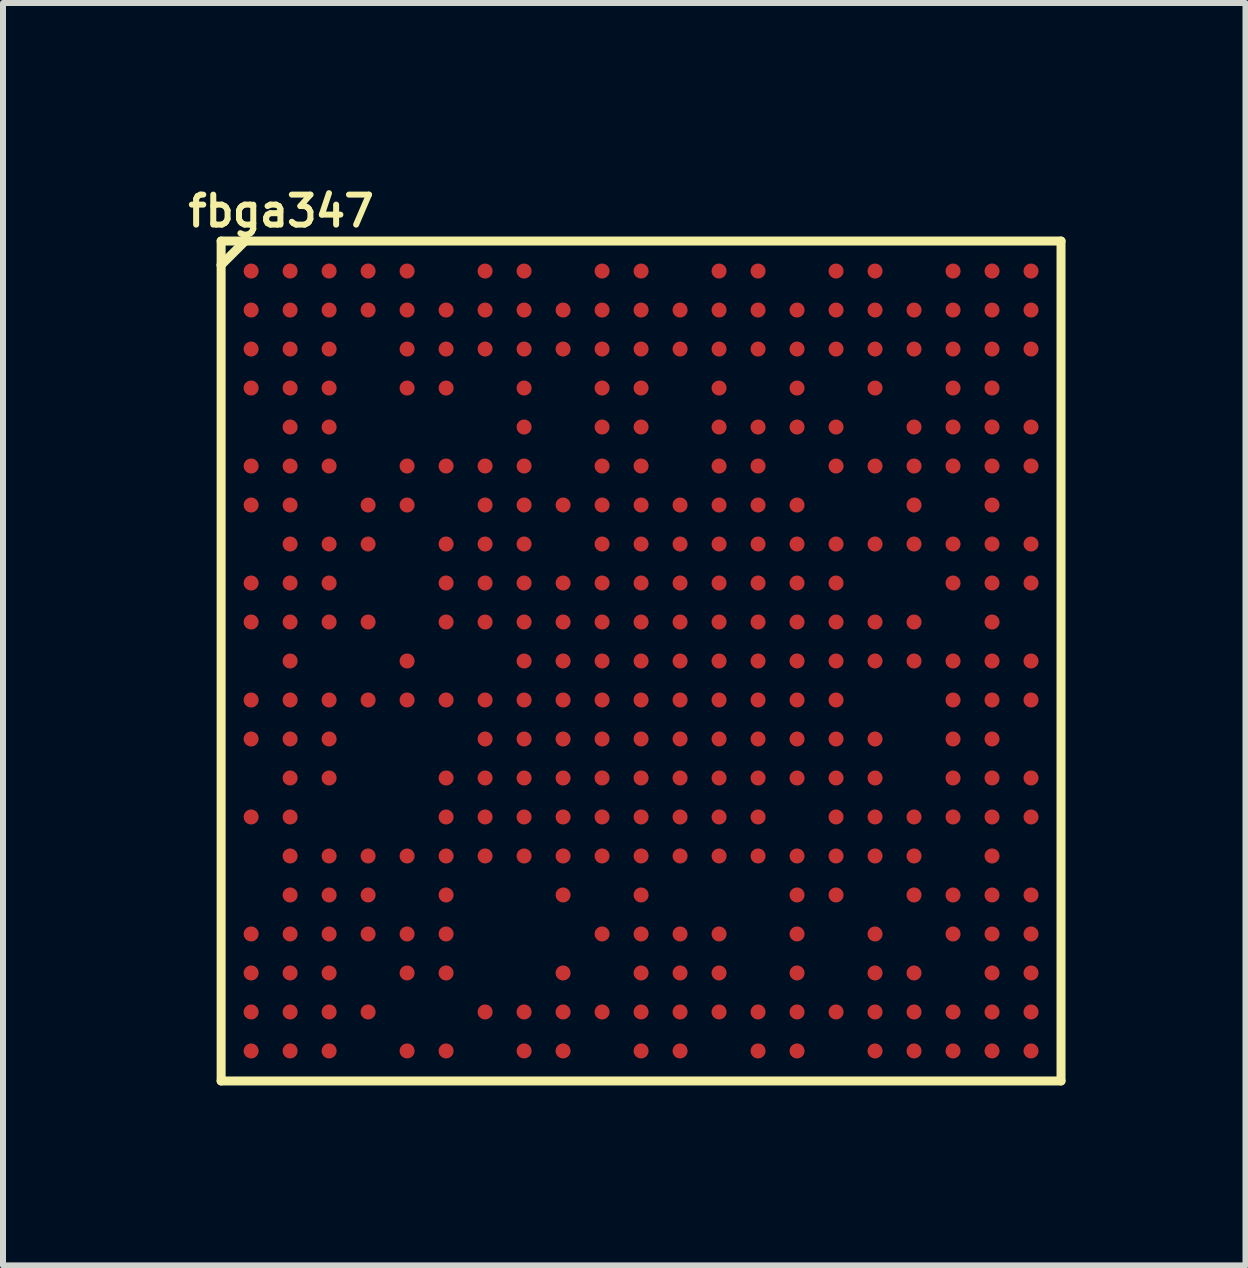
<source format=kicad_pcb>
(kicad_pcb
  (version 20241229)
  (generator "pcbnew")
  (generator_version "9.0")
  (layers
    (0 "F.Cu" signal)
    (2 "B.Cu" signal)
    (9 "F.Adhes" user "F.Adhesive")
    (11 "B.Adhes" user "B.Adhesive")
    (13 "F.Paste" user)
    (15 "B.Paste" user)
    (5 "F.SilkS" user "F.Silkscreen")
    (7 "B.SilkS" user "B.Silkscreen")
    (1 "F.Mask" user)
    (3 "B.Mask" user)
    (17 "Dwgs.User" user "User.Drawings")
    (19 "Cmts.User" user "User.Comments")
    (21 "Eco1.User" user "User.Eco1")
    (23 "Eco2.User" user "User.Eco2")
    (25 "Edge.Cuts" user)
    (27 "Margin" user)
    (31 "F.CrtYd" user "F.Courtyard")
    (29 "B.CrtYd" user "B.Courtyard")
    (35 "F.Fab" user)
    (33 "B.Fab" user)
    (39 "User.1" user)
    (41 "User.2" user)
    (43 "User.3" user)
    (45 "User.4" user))
  (footprint "fbga347"
    (layer "F.Cu")
    (at 1.136 1.468)
    (property "Reference" "fbga347" (at 0.5 -1 180) (layer "F.SilkS") (effects (font (size 0.5 0.5) (thickness 0.1))))
    (attr through_hole)
    (fp_line (start -0.5 -0.5) (end -0.1 -0.5) (stroke (width 0.15) (type solid)) (layer "F.SilkS"))
    (fp_line (start -0.5 -0.1) (end -0.5 -0.5) (stroke (width 0.15) (type solid)) (layer "F.SilkS"))
    (fp_line (start -0.5 -0.1) (end -0.5 13.5) (stroke (width 0.15) (type solid)) (layer "F.SilkS"))
    (fp_line (start -0.5 13.5) (end 13.5 13.5) (stroke (width 0.15) (type solid)) (layer "F.SilkS"))
    (fp_line (start -0.1 -0.5) (end -0.5 -0.1) (stroke (width 0.15) (type solid)) (layer "F.SilkS"))
    (fp_line (start 13.5 -0.5) (end -0.1 -0.5) (stroke (width 0.15) (type solid)) (layer "F.SilkS"))
    (fp_line (start 13.5 13.5) (end 13.5 -0.5) (stroke (width 0.15) (type solid)) (layer "F.SilkS"))
    (pad "A1" smd circle (at 0 0) (size 0.25 0.25) (layers "F.Cu" "F.Mask" "F.Paste"))
    (pad "A2" smd circle (at 0.65 0) (size 0.25 0.25) (layers "F.Cu" "F.Mask" "F.Paste"))
    (pad "A3" smd circle (at 1.3 0) (size 0.25 0.25) (layers "F.Cu" "F.Mask" "F.Paste"))
    (pad "A4" smd circle (at 1.95 0) (size 0.25 0.25) (layers "F.Cu" "F.Mask" "F.Paste"))
    (pad "A5" smd circle (at 2.6 0) (size 0.25 0.25) (layers "F.Cu" "F.Mask" "F.Paste"))
    (pad "A7" smd circle (at 3.9 0) (size 0.25 0.25) (layers "F.Cu" "F.Mask" "F.Paste"))
    (pad "A8" smd circle (at 4.55 0) (size 0.25 0.25) (layers "F.Cu" "F.Mask" "F.Paste"))
    (pad "A10" smd circle (at 5.85 0) (size 0.25 0.25) (layers "F.Cu" "F.Mask" "F.Paste"))
    (pad "A11" smd circle (at 6.5 0) (size 0.25 0.25) (layers "F.Cu" "F.Mask" "F.Paste"))
    (pad "A13" smd circle (at 7.8 0) (size 0.25 0.25) (layers "F.Cu" "F.Mask" "F.Paste"))
    (pad "A14" smd circle (at 8.45 0) (size 0.25 0.25) (layers "F.Cu" "F.Mask" "F.Paste"))
    (pad "A16" smd circle (at 9.75 0) (size 0.25 0.25) (layers "F.Cu" "F.Mask" "F.Paste"))
    (pad "A17" smd circle (at 10.4 0) (size 0.25 0.25) (layers "F.Cu" "F.Mask" "F.Paste"))
    (pad "A19" smd circle (at 11.7 0) (size 0.25 0.25) (layers "F.Cu" "F.Mask" "F.Paste"))
    (pad "A20" smd circle (at 12.35 0) (size 0.25 0.25) (layers "F.Cu" "F.Mask" "F.Paste"))
    (pad "A21" smd circle (at 13 0) (size 0.25 0.25) (layers "F.Cu" "F.Mask" "F.Paste"))
    (pad "AA1" smd circle (at 0 13) (size 0.25 0.25) (layers "F.Cu" "F.Mask" "F.Paste"))
    (pad "AA2" smd circle (at 0.65 13) (size 0.25 0.25) (layers "F.Cu" "F.Mask" "F.Paste"))
    (pad "AA3" smd circle (at 1.3 13) (size 0.25 0.25) (layers "F.Cu" "F.Mask" "F.Paste"))
    (pad "AA5" smd circle (at 2.6 13) (size 0.25 0.25) (layers "F.Cu" "F.Mask" "F.Paste"))
    (pad "AA6" smd circle (at 3.25 13) (size 0.25 0.25) (layers "F.Cu" "F.Mask" "F.Paste"))
    (pad "AA8" smd circle (at 4.55 13) (size 0.25 0.25) (layers "F.Cu" "F.Mask" "F.Paste"))
    (pad "AA9" smd circle (at 5.2 13) (size 0.25 0.25) (layers "F.Cu" "F.Mask" "F.Paste"))
    (pad "AA11" smd circle (at 6.5 13) (size 0.25 0.25) (layers "F.Cu" "F.Mask" "F.Paste"))
    (pad "AA12" smd circle (at 7.15 13) (size 0.25 0.25) (layers "F.Cu" "F.Mask" "F.Paste"))
    (pad "AA14" smd circle (at 8.45 13) (size 0.25 0.25) (layers "F.Cu" "F.Mask" "F.Paste"))
    (pad "AA15" smd circle (at 9.1 13) (size 0.25 0.25) (layers "F.Cu" "F.Mask" "F.Paste"))
    (pad "AA17" smd circle (at 10.4 13) (size 0.25 0.25) (layers "F.Cu" "F.Mask" "F.Paste"))
    (pad "AA18" smd circle (at 11.05 13) (size 0.25 0.25) (layers "F.Cu" "F.Mask" "F.Paste"))
    (pad "AA19" smd circle (at 11.7 13) (size 0.25 0.25) (layers "F.Cu" "F.Mask" "F.Paste"))
    (pad "AA20" smd circle (at 12.35 13) (size 0.25 0.25) (layers "F.Cu" "F.Mask" "F.Paste"))
    (pad "AA21" smd circle (at 13 13) (size 0.25 0.25) (layers "F.Cu" "F.Mask" "F.Paste"))
    (pad "B1" smd circle (at 0 0.65) (size 0.25 0.25) (layers "F.Cu" "F.Mask" "F.Paste"))
    (pad "B2" smd circle (at 0.65 0.65) (size 0.25 0.25) (layers "F.Cu" "F.Mask" "F.Paste"))
    (pad "B3" smd circle (at 1.3 0.65) (size 0.25 0.25) (layers "F.Cu" "F.Mask" "F.Paste"))
    (pad "B4" smd circle (at 1.95 0.65) (size 0.25 0.25) (layers "F.Cu" "F.Mask" "F.Paste"))
    (pad "B5" smd circle (at 2.6 0.65) (size 0.25 0.25) (layers "F.Cu" "F.Mask" "F.Paste"))
    (pad "B6" smd circle (at 3.25 0.65) (size 0.25 0.25) (layers "F.Cu" "F.Mask" "F.Paste"))
    (pad "B7" smd circle (at 3.9 0.65) (size 0.25 0.25) (layers "F.Cu" "F.Mask" "F.Paste"))
    (pad "B8" smd circle (at 4.55 0.65) (size 0.25 0.25) (layers "F.Cu" "F.Mask" "F.Paste"))
    (pad "B9" smd circle (at 5.2 0.65) (size 0.25 0.25) (layers "F.Cu" "F.Mask" "F.Paste"))
    (pad "B10" smd circle (at 5.85 0.65) (size 0.25 0.25) (layers "F.Cu" "F.Mask" "F.Paste"))
    (pad "B11" smd circle (at 6.5 0.65) (size 0.25 0.25) (layers "F.Cu" "F.Mask" "F.Paste"))
    (pad "B12" smd circle (at 7.15 0.65) (size 0.25 0.25) (layers "F.Cu" "F.Mask" "F.Paste"))
    (pad "B13" smd circle (at 7.8 0.65) (size 0.25 0.25) (layers "F.Cu" "F.Mask" "F.Paste"))
    (pad "B14" smd circle (at 8.45 0.65) (size 0.25 0.25) (layers "F.Cu" "F.Mask" "F.Paste"))
    (pad "B15" smd circle (at 9.1 0.65) (size 0.25 0.25) (layers "F.Cu" "F.Mask" "F.Paste"))
    (pad "B16" smd circle (at 9.75 0.65) (size 0.25 0.25) (layers "F.Cu" "F.Mask" "F.Paste"))
    (pad "B17" smd circle (at 10.4 0.65) (size 0.25 0.25) (layers "F.Cu" "F.Mask" "F.Paste"))
    (pad "B18" smd circle (at 11.05 0.65) (size 0.25 0.25) (layers "F.Cu" "F.Mask" "F.Paste"))
    (pad "B19" smd circle (at 11.7 0.65) (size 0.25 0.25) (layers "F.Cu" "F.Mask" "F.Paste"))
    (pad "B20" smd circle (at 12.35 0.65) (size 0.25 0.25) (layers "F.Cu" "F.Mask" "F.Paste"))
    (pad "B21" smd circle (at 13 0.65) (size 0.25 0.25) (layers "F.Cu" "F.Mask" "F.Paste"))
    (pad "C1" smd circle (at 0 1.3) (size 0.25 0.25) (layers "F.Cu" "F.Mask" "F.Paste"))
    (pad "C2" smd circle (at 0.65 1.3) (size 0.25 0.25) (layers "F.Cu" "F.Mask" "F.Paste"))
    (pad "C3" smd circle (at 1.3 1.3) (size 0.25 0.25) (layers "F.Cu" "F.Mask" "F.Paste"))
    (pad "C5" smd circle (at 2.6 1.3) (size 0.25 0.25) (layers "F.Cu" "F.Mask" "F.Paste"))
    (pad "C6" smd circle (at 3.25 1.3) (size 0.25 0.25) (layers "F.Cu" "F.Mask" "F.Paste"))
    (pad "C7" smd circle (at 3.9 1.3) (size 0.25 0.25) (layers "F.Cu" "F.Mask" "F.Paste"))
    (pad "C8" smd circle (at 4.55 1.3) (size 0.25 0.25) (layers "F.Cu" "F.Mask" "F.Paste"))
    (pad "C9" smd circle (at 5.2 1.3) (size 0.25 0.25) (layers "F.Cu" "F.Mask" "F.Paste"))
    (pad "C10" smd circle (at 5.85 1.3) (size 0.25 0.25) (layers "F.Cu" "F.Mask" "F.Paste"))
    (pad "C11" smd circle (at 6.5 1.3) (size 0.25 0.25) (layers "F.Cu" "F.Mask" "F.Paste"))
    (pad "C12" smd circle (at 7.15 1.3) (size 0.25 0.25) (layers "F.Cu" "F.Mask" "F.Paste"))
    (pad "C13" smd circle (at 7.8 1.3) (size 0.25 0.25) (layers "F.Cu" "F.Mask" "F.Paste"))
    (pad "C14" smd circle (at 8.45 1.3) (size 0.25 0.25) (layers "F.Cu" "F.Mask" "F.Paste"))
    (pad "C15" smd circle (at 9.1 1.3) (size 0.25 0.25) (layers "F.Cu" "F.Mask" "F.Paste"))
    (pad "C16" smd circle (at 9.75 1.3) (size 0.25 0.25) (layers "F.Cu" "F.Mask" "F.Paste"))
    (pad "C17" smd circle (at 10.4 1.3) (size 0.25 0.25) (layers "F.Cu" "F.Mask" "F.Paste"))
    (pad "C18" smd circle (at 11.05 1.3) (size 0.25 0.25) (layers "F.Cu" "F.Mask" "F.Paste"))
    (pad "C19" smd circle (at 11.7 1.3) (size 0.25 0.25) (layers "F.Cu" "F.Mask" "F.Paste"))
    (pad "C20" smd circle (at 12.35 1.3) (size 0.25 0.25) (layers "F.Cu" "F.Mask" "F.Paste"))
    (pad "C21" smd circle (at 13 1.3) (size 0.25 0.25) (layers "F.Cu" "F.Mask" "F.Paste"))
    (pad "D1" smd circle (at 0 1.95) (size 0.25 0.25) (layers "F.Cu" "F.Mask" "F.Paste"))
    (pad "D2" smd circle (at 0.65 1.95) (size 0.25 0.25) (layers "F.Cu" "F.Mask" "F.Paste"))
    (pad "D3" smd circle (at 1.3 1.95) (size 0.25 0.25) (layers "F.Cu" "F.Mask" "F.Paste"))
    (pad "D5" smd circle (at 2.6 1.95) (size 0.25 0.25) (layers "F.Cu" "F.Mask" "F.Paste"))
    (pad "D6" smd circle (at 3.25 1.95) (size 0.25 0.25) (layers "F.Cu" "F.Mask" "F.Paste"))
    (pad "D8" smd circle (at 4.55 1.95) (size 0.25 0.25) (layers "F.Cu" "F.Mask" "F.Paste"))
    (pad "D10" smd circle (at 5.85 1.95) (size 0.25 0.25) (layers "F.Cu" "F.Mask" "F.Paste"))
    (pad "D11" smd circle (at 6.5 1.95) (size 0.25 0.25) (layers "F.Cu" "F.Mask" "F.Paste"))
    (pad "D13" smd circle (at 7.8 1.95) (size 0.25 0.25) (layers "F.Cu" "F.Mask" "F.Paste"))
    (pad "D15" smd circle (at 9.1 1.95) (size 0.25 0.25) (layers "F.Cu" "F.Mask" "F.Paste"))
    (pad "D17" smd circle (at 10.4 1.95) (size 0.25 0.25) (layers "F.Cu" "F.Mask" "F.Paste"))
    (pad "D19" smd circle (at 11.7 1.95) (size 0.25 0.25) (layers "F.Cu" "F.Mask" "F.Paste"))
    (pad "D20" smd circle (at 12.35 1.95) (size 0.25 0.25) (layers "F.Cu" "F.Mask" "F.Paste"))
    (pad "E2" smd circle (at 0.65 2.6) (size 0.25 0.25) (layers "F.Cu" "F.Mask" "F.Paste"))
    (pad "E3" smd circle (at 1.3 2.6) (size 0.25 0.25) (layers "F.Cu" "F.Mask" "F.Paste"))
    (pad "E8" smd circle (at 4.55 2.6) (size 0.25 0.25) (layers "F.Cu" "F.Mask" "F.Paste"))
    (pad "E10" smd circle (at 5.85 2.6) (size 0.25 0.25) (layers "F.Cu" "F.Mask" "F.Paste"))
    (pad "E11" smd circle (at 6.5 2.6) (size 0.25 0.25) (layers "F.Cu" "F.Mask" "F.Paste"))
    (pad "E13" smd circle (at 7.8 2.6) (size 0.25 0.25) (layers "F.Cu" "F.Mask" "F.Paste"))
    (pad "E14" smd circle (at 8.45 2.6) (size 0.25 0.25) (layers "F.Cu" "F.Mask" "F.Paste"))
    (pad "E15" smd circle (at 9.1 2.6) (size 0.25 0.25) (layers "F.Cu" "F.Mask" "F.Paste"))
    (pad "E16" smd circle (at 9.75 2.6) (size 0.25 0.25) (layers "F.Cu" "F.Mask" "F.Paste"))
    (pad "E18" smd circle (at 11.05 2.6) (size 0.25 0.25) (layers "F.Cu" "F.Mask" "F.Paste"))
    (pad "E19" smd circle (at 11.7 2.6) (size 0.25 0.25) (layers "F.Cu" "F.Mask" "F.Paste"))
    (pad "E20" smd circle (at 12.35 2.6) (size 0.25 0.25) (layers "F.Cu" "F.Mask" "F.Paste"))
    (pad "E21" smd circle (at 13 2.6) (size 0.25 0.25) (layers "F.Cu" "F.Mask" "F.Paste"))
    (pad "F1" smd circle (at 0 3.25) (size 0.25 0.25) (layers "F.Cu" "F.Mask" "F.Paste"))
    (pad "F2" smd circle (at 0.65 3.25) (size 0.25 0.25) (layers "F.Cu" "F.Mask" "F.Paste"))
    (pad "F3" smd circle (at 1.3 3.25) (size 0.25 0.25) (layers "F.Cu" "F.Mask" "F.Paste"))
    (pad "F5" smd circle (at 2.6 3.25) (size 0.25 0.25) (layers "F.Cu" "F.Mask" "F.Paste"))
    (pad "F6" smd circle (at 3.25 3.25) (size 0.25 0.25) (layers "F.Cu" "F.Mask" "F.Paste"))
    (pad "F7" smd circle (at 3.9 3.25) (size 0.25 0.25) (layers "F.Cu" "F.Mask" "F.Paste"))
    (pad "F8" smd circle (at 4.55 3.25) (size 0.25 0.25) (layers "F.Cu" "F.Mask" "F.Paste"))
    (pad "F10" smd circle (at 5.85 3.25) (size 0.25 0.25) (layers "F.Cu" "F.Mask" "F.Paste"))
    (pad "F11" smd circle (at 6.5 3.25) (size 0.25 0.25) (layers "F.Cu" "F.Mask" "F.Paste"))
    (pad "F13" smd circle (at 7.8 3.25) (size 0.25 0.25) (layers "F.Cu" "F.Mask" "F.Paste"))
    (pad "F14" smd circle (at 8.45 3.25) (size 0.25 0.25) (layers "F.Cu" "F.Mask" "F.Paste"))
    (pad "F16" smd circle (at 9.75 3.25) (size 0.25 0.25) (layers "F.Cu" "F.Mask" "F.Paste"))
    (pad "F17" smd circle (at 10.4 3.25) (size 0.25 0.25) (layers "F.Cu" "F.Mask" "F.Paste"))
    (pad "F18" smd circle (at 11.05 3.25) (size 0.25 0.25) (layers "F.Cu" "F.Mask" "F.Paste"))
    (pad "F19" smd circle (at 11.7 3.25) (size 0.25 0.25) (layers "F.Cu" "F.Mask" "F.Paste"))
    (pad "F20" smd circle (at 12.35 3.25) (size 0.25 0.25) (layers "F.Cu" "F.Mask" "F.Paste"))
    (pad "F21" smd circle (at 13 3.25) (size 0.25 0.25) (layers "F.Cu" "F.Mask" "F.Paste"))
    (pad "G1" smd circle (at 0 3.9) (size 0.25 0.25) (layers "F.Cu" "F.Mask" "F.Paste"))
    (pad "G2" smd circle (at 0.65 3.9) (size 0.25 0.25) (layers "F.Cu" "F.Mask" "F.Paste"))
    (pad "G4" smd circle (at 1.95 3.9) (size 0.25 0.25) (layers "F.Cu" "F.Mask" "F.Paste"))
    (pad "G5" smd circle (at 2.6 3.9) (size 0.25 0.25) (layers "F.Cu" "F.Mask" "F.Paste"))
    (pad "G7" smd circle (at 3.9 3.9) (size 0.25 0.25) (layers "F.Cu" "F.Mask" "F.Paste"))
    (pad "G8" smd circle (at 4.55 3.9) (size 0.25 0.25) (layers "F.Cu" "F.Mask" "F.Paste"))
    (pad "G9" smd circle (at 5.2 3.9) (size 0.25 0.25) (layers "F.Cu" "F.Mask" "F.Paste"))
    (pad "G10" smd circle (at 5.85 3.9) (size 0.25 0.25) (layers "F.Cu" "F.Mask" "F.Paste"))
    (pad "G11" smd circle (at 6.5 3.9) (size 0.25 0.25) (layers "F.Cu" "F.Mask" "F.Paste"))
    (pad "G12" smd circle (at 7.15 3.9) (size 0.25 0.25) (layers "F.Cu" "F.Mask" "F.Paste"))
    (pad "G13" smd circle (at 7.8 3.9) (size 0.25 0.25) (layers "F.Cu" "F.Mask" "F.Paste"))
    (pad "G14" smd circle (at 8.45 3.9) (size 0.25 0.25) (layers "F.Cu" "F.Mask" "F.Paste"))
    (pad "G15" smd circle (at 9.1 3.9) (size 0.25 0.25) (layers "F.Cu" "F.Mask" "F.Paste"))
    (pad "G18" smd circle (at 11.05 3.9) (size 0.25 0.25) (layers "F.Cu" "F.Mask" "F.Paste"))
    (pad "G20" smd circle (at 12.35 3.9) (size 0.25 0.25) (layers "F.Cu" "F.Mask" "F.Paste"))
    (pad "H2" smd circle (at 0.65 4.55) (size 0.25 0.25) (layers "F.Cu" "F.Mask" "F.Paste"))
    (pad "H3" smd circle (at 1.3 4.55) (size 0.25 0.25) (layers "F.Cu" "F.Mask" "F.Paste"))
    (pad "H4" smd circle (at 1.95 4.55) (size 0.25 0.25) (layers "F.Cu" "F.Mask" "F.Paste"))
    (pad "H6" smd circle (at 3.25 4.55) (size 0.25 0.25) (layers "F.Cu" "F.Mask" "F.Paste"))
    (pad "H7" smd circle (at 3.9 4.55) (size 0.25 0.25) (layers "F.Cu" "F.Mask" "F.Paste"))
    (pad "H8" smd circle (at 4.55 4.55) (size 0.25 0.25) (layers "F.Cu" "F.Mask" "F.Paste"))
    (pad "H10" smd circle (at 5.85 4.55) (size 0.25 0.25) (layers "F.Cu" "F.Mask" "F.Paste"))
    (pad "H11" smd circle (at 6.5 4.55) (size 0.25 0.25) (layers "F.Cu" "F.Mask" "F.Paste"))
    (pad "H12" smd circle (at 7.15 4.55) (size 0.25 0.25) (layers "F.Cu" "F.Mask" "F.Paste"))
    (pad "H13" smd circle (at 7.8 4.55) (size 0.25 0.25) (layers "F.Cu" "F.Mask" "F.Paste"))
    (pad "H14" smd circle (at 8.45 4.55) (size 0.25 0.25) (layers "F.Cu" "F.Mask" "F.Paste"))
    (pad "H15" smd circle (at 9.1 4.55) (size 0.25 0.25) (layers "F.Cu" "F.Mask" "F.Paste"))
    (pad "H16" smd circle (at 9.75 4.55) (size 0.25 0.25) (layers "F.Cu" "F.Mask" "F.Paste"))
    (pad "H17" smd circle (at 10.4 4.55) (size 0.25 0.25) (layers "F.Cu" "F.Mask" "F.Paste"))
    (pad "H18" smd circle (at 11.05 4.55) (size 0.25 0.25) (layers "F.Cu" "F.Mask" "F.Paste"))
    (pad "H19" smd circle (at 11.7 4.55) (size 0.25 0.25) (layers "F.Cu" "F.Mask" "F.Paste"))
    (pad "H20" smd circle (at 12.35 4.55) (size 0.25 0.25) (layers "F.Cu" "F.Mask" "F.Paste"))
    (pad "H21" smd circle (at 13 4.55) (size 0.25 0.25) (layers "F.Cu" "F.Mask" "F.Paste"))
    (pad "J1" smd circle (at 0 5.2) (size 0.25 0.25) (layers "F.Cu" "F.Mask" "F.Paste"))
    (pad "J2" smd circle (at 0.65 5.2) (size 0.25 0.25) (layers "F.Cu" "F.Mask" "F.Paste"))
    (pad "J3" smd circle (at 1.3 5.2) (size 0.25 0.25) (layers "F.Cu" "F.Mask" "F.Paste"))
    (pad "J6" smd circle (at 3.25 5.2) (size 0.25 0.25) (layers "F.Cu" "F.Mask" "F.Paste"))
    (pad "J7" smd circle (at 3.9 5.2) (size 0.25 0.25) (layers "F.Cu" "F.Mask" "F.Paste"))
    (pad "J8" smd circle (at 4.55 5.2) (size 0.25 0.25) (layers "F.Cu" "F.Mask" "F.Paste"))
    (pad "J9" smd circle (at 5.2 5.2) (size 0.25 0.25) (layers "F.Cu" "F.Mask" "F.Paste"))
    (pad "J10" smd circle (at 5.85 5.2) (size 0.25 0.25) (layers "F.Cu" "F.Mask" "F.Paste"))
    (pad "J11" smd circle (at 6.5 5.2) (size 0.25 0.25) (layers "F.Cu" "F.Mask" "F.Paste"))
    (pad "J12" smd circle (at 7.15 5.2) (size 0.25 0.25) (layers "F.Cu" "F.Mask" "F.Paste"))
    (pad "J13" smd circle (at 7.8 5.2) (size 0.25 0.25) (layers "F.Cu" "F.Mask" "F.Paste"))
    (pad "J14" smd circle (at 8.45 5.2) (size 0.25 0.25) (layers "F.Cu" "F.Mask" "F.Paste"))
    (pad "J15" smd circle (at 9.1 5.2) (size 0.25 0.25) (layers "F.Cu" "F.Mask" "F.Paste"))
    (pad "J16" smd circle (at 9.75 5.2) (size 0.25 0.25) (layers "F.Cu" "F.Mask" "F.Paste"))
    (pad "J19" smd circle (at 11.7 5.2) (size 0.25 0.25) (layers "F.Cu" "F.Mask" "F.Paste"))
    (pad "J20" smd circle (at 12.35 5.2) (size 0.25 0.25) (layers "F.Cu" "F.Mask" "F.Paste"))
    (pad "J21" smd circle (at 13 5.2) (size 0.25 0.25) (layers "F.Cu" "F.Mask" "F.Paste"))
    (pad "K1" smd circle (at 0 5.85) (size 0.25 0.25) (layers "F.Cu" "F.Mask" "F.Paste"))
    (pad "K2" smd circle (at 0.65 5.85) (size 0.25 0.25) (layers "F.Cu" "F.Mask" "F.Paste"))
    (pad "K3" smd circle (at 1.3 5.85) (size 0.25 0.25) (layers "F.Cu" "F.Mask" "F.Paste"))
    (pad "K4" smd circle (at 1.95 5.85) (size 0.25 0.25) (layers "F.Cu" "F.Mask" "F.Paste"))
    (pad "K6" smd circle (at 3.25 5.85) (size 0.25 0.25) (layers "F.Cu" "F.Mask" "F.Paste"))
    (pad "K7" smd circle (at 3.9 5.85) (size 0.25 0.25) (layers "F.Cu" "F.Mask" "F.Paste"))
    (pad "K8" smd circle (at 4.55 5.85) (size 0.25 0.25) (layers "F.Cu" "F.Mask" "F.Paste"))
    (pad "K9" smd circle (at 5.2 5.85) (size 0.25 0.25) (layers "F.Cu" "F.Mask" "F.Paste"))
    (pad "K10" smd circle (at 5.85 5.85) (size 0.25 0.25) (layers "F.Cu" "F.Mask" "F.Paste"))
    (pad "K11" smd circle (at 6.5 5.85) (size 0.25 0.25) (layers "F.Cu" "F.Mask" "F.Paste"))
    (pad "K12" smd circle (at 7.15 5.85) (size 0.25 0.25) (layers "F.Cu" "F.Mask" "F.Paste"))
    (pad "K13" smd circle (at 7.8 5.85) (size 0.25 0.25) (layers "F.Cu" "F.Mask" "F.Paste"))
    (pad "K14" smd circle (at 8.45 5.85) (size 0.25 0.25) (layers "F.Cu" "F.Mask" "F.Paste"))
    (pad "K15" smd circle (at 9.1 5.85) (size 0.25 0.25) (layers "F.Cu" "F.Mask" "F.Paste"))
    (pad "K16" smd circle (at 9.75 5.85) (size 0.25 0.25) (layers "F.Cu" "F.Mask" "F.Paste"))
    (pad "K17" smd circle (at 10.4 5.85) (size 0.25 0.25) (layers "F.Cu" "F.Mask" "F.Paste"))
    (pad "K18" smd circle (at 11.05 5.85) (size 0.25 0.25) (layers "F.Cu" "F.Mask" "F.Paste"))
    (pad "K20" smd circle (at 12.35 5.85) (size 0.25 0.25) (layers "F.Cu" "F.Mask" "F.Paste"))
    (pad "L2" smd circle (at 0.65 6.5) (size 0.25 0.25) (layers "F.Cu" "F.Mask" "F.Paste"))
    (pad "L5" smd circle (at 2.6 6.5) (size 0.25 0.25) (layers "F.Cu" "F.Mask" "F.Paste"))
    (pad "L8" smd circle (at 4.55 6.5) (size 0.25 0.25) (layers "F.Cu" "F.Mask" "F.Paste"))
    (pad "L9" smd circle (at 5.2 6.5) (size 0.25 0.25) (layers "F.Cu" "F.Mask" "F.Paste"))
    (pad "L10" smd circle (at 5.85 6.5) (size 0.25 0.25) (layers "F.Cu" "F.Mask" "F.Paste"))
    (pad "L11" smd circle (at 6.5 6.5) (size 0.25 0.25) (layers "F.Cu" "F.Mask" "F.Paste"))
    (pad "L12" smd circle (at 7.15 6.5) (size 0.25 0.25) (layers "F.Cu" "F.Mask" "F.Paste"))
    (pad "L13" smd circle (at 7.8 6.5) (size 0.25 0.25) (layers "F.Cu" "F.Mask" "F.Paste"))
    (pad "L14" smd circle (at 8.45 6.5) (size 0.25 0.25) (layers "F.Cu" "F.Mask" "F.Paste"))
    (pad "L15" smd circle (at 9.1 6.5) (size 0.25 0.25) (layers "F.Cu" "F.Mask" "F.Paste"))
    (pad "L16" smd circle (at 9.75 6.5) (size 0.25 0.25) (layers "F.Cu" "F.Mask" "F.Paste"))
    (pad "L17" smd circle (at 10.4 6.5) (size 0.25 0.25) (layers "F.Cu" "F.Mask" "F.Paste"))
    (pad "L18" smd circle (at 11.05 6.5) (size 0.25 0.25) (layers "F.Cu" "F.Mask" "F.Paste"))
    (pad "L19" smd circle (at 11.7 6.5) (size 0.25 0.25) (layers "F.Cu" "F.Mask" "F.Paste"))
    (pad "L20" smd circle (at 12.35 6.5) (size 0.25 0.25) (layers "F.Cu" "F.Mask" "F.Paste"))
    (pad "L21" smd circle (at 13 6.5) (size 0.25 0.25) (layers "F.Cu" "F.Mask" "F.Paste"))
    (pad "M1" smd circle (at 0 7.15) (size 0.25 0.25) (layers "F.Cu" "F.Mask" "F.Paste"))
    (pad "M2" smd circle (at 0.65 7.15) (size 0.25 0.25) (layers "F.Cu" "F.Mask" "F.Paste"))
    (pad "M3" smd circle (at 1.3 7.15) (size 0.25 0.25) (layers "F.Cu" "F.Mask" "F.Paste"))
    (pad "M4" smd circle (at 1.95 7.15) (size 0.25 0.25) (layers "F.Cu" "F.Mask" "F.Paste"))
    (pad "M5" smd circle (at 2.6 7.15) (size 0.25 0.25) (layers "F.Cu" "F.Mask" "F.Paste"))
    (pad "M6" smd circle (at 3.25 7.15) (size 0.25 0.25) (layers "F.Cu" "F.Mask" "F.Paste"))
    (pad "M7" smd circle (at 3.9 7.15) (size 0.25 0.25) (layers "F.Cu" "F.Mask" "F.Paste"))
    (pad "M8" smd circle (at 4.55 7.15) (size 0.25 0.25) (layers "F.Cu" "F.Mask" "F.Paste"))
    (pad "M9" smd circle (at 5.2 7.15) (size 0.25 0.25) (layers "F.Cu" "F.Mask" "F.Paste"))
    (pad "M10" smd circle (at 5.85 7.15) (size 0.25 0.25) (layers "F.Cu" "F.Mask" "F.Paste"))
    (pad "M11" smd circle (at 6.5 7.15) (size 0.25 0.25) (layers "F.Cu" "F.Mask" "F.Paste"))
    (pad "M12" smd circle (at 7.15 7.15) (size 0.25 0.25) (layers "F.Cu" "F.Mask" "F.Paste"))
    (pad "M13" smd circle (at 7.8 7.15) (size 0.25 0.25) (layers "F.Cu" "F.Mask" "F.Paste"))
    (pad "M14" smd circle (at 8.45 7.15) (size 0.25 0.25) (layers "F.Cu" "F.Mask" "F.Paste"))
    (pad "M15" smd circle (at 9.1 7.15) (size 0.25 0.25) (layers "F.Cu" "F.Mask" "F.Paste"))
    (pad "M16" smd circle (at 9.75 7.15) (size 0.25 0.25) (layers "F.Cu" "F.Mask" "F.Paste"))
    (pad "M19" smd circle (at 11.7 7.15) (size 0.25 0.25) (layers "F.Cu" "F.Mask" "F.Paste"))
    (pad "M20" smd circle (at 12.35 7.15) (size 0.25 0.25) (layers "F.Cu" "F.Mask" "F.Paste"))
    (pad "M21" smd circle (at 13 7.15) (size 0.25 0.25) (layers "F.Cu" "F.Mask" "F.Paste"))
    (pad "N1" smd circle (at 0 7.8) (size 0.25 0.25) (layers "F.Cu" "F.Mask" "F.Paste"))
    (pad "N2" smd circle (at 0.65 7.8) (size 0.25 0.25) (layers "F.Cu" "F.Mask" "F.Paste"))
    (pad "N3" smd circle (at 1.3 7.8) (size 0.25 0.25) (layers "F.Cu" "F.Mask" "F.Paste"))
    (pad "N7" smd circle (at 3.9 7.8) (size 0.25 0.25) (layers "F.Cu" "F.Mask" "F.Paste"))
    (pad "N8" smd circle (at 4.55 7.8) (size 0.25 0.25) (layers "F.Cu" "F.Mask" "F.Paste"))
    (pad "N9" smd circle (at 5.2 7.8) (size 0.25 0.25) (layers "F.Cu" "F.Mask" "F.Paste"))
    (pad "N10" smd circle (at 5.85 7.8) (size 0.25 0.25) (layers "F.Cu" "F.Mask" "F.Paste"))
    (pad "N11" smd circle (at 6.5 7.8) (size 0.25 0.25) (layers "F.Cu" "F.Mask" "F.Paste"))
    (pad "N12" smd circle (at 7.15 7.8) (size 0.25 0.25) (layers "F.Cu" "F.Mask" "F.Paste"))
    (pad "N13" smd circle (at 7.8 7.8) (size 0.25 0.25) (layers "F.Cu" "F.Mask" "F.Paste"))
    (pad "N14" smd circle (at 8.45 7.8) (size 0.25 0.25) (layers "F.Cu" "F.Mask" "F.Paste"))
    (pad "N15" smd circle (at 9.1 7.8) (size 0.25 0.25) (layers "F.Cu" "F.Mask" "F.Paste"))
    (pad "N16" smd circle (at 9.75 7.8) (size 0.25 0.25) (layers "F.Cu" "F.Mask" "F.Paste"))
    (pad "N17" smd circle (at 10.4 7.8) (size 0.25 0.25) (layers "F.Cu" "F.Mask" "F.Paste"))
    (pad "N19" smd circle (at 11.7 7.8) (size 0.25 0.25) (layers "F.Cu" "F.Mask" "F.Paste"))
    (pad "N20" smd circle (at 12.35 7.8) (size 0.25 0.25) (layers "F.Cu" "F.Mask" "F.Paste"))
    (pad "P2" smd circle (at 0.65 8.45) (size 0.25 0.25) (layers "F.Cu" "F.Mask" "F.Paste"))
    (pad "P3" smd circle (at 1.3 8.45) (size 0.25 0.25) (layers "F.Cu" "F.Mask" "F.Paste"))
    (pad "P6" smd circle (at 3.25 8.45) (size 0.25 0.25) (layers "F.Cu" "F.Mask" "F.Paste"))
    (pad "P7" smd circle (at 3.9 8.45) (size 0.25 0.25) (layers "F.Cu" "F.Mask" "F.Paste"))
    (pad "P8" smd circle (at 4.55 8.45) (size 0.25 0.25) (layers "F.Cu" "F.Mask" "F.Paste"))
    (pad "P9" smd circle (at 5.2 8.45) (size 0.25 0.25) (layers "F.Cu" "F.Mask" "F.Paste"))
    (pad "P10" smd circle (at 5.85 8.45) (size 0.25 0.25) (layers "F.Cu" "F.Mask" "F.Paste"))
    (pad "P11" smd circle (at 6.5 8.45) (size 0.25 0.25) (layers "F.Cu" "F.Mask" "F.Paste"))
    (pad "P12" smd circle (at 7.15 8.45) (size 0.25 0.25) (layers "F.Cu" "F.Mask" "F.Paste"))
    (pad "P13" smd circle (at 7.8 8.45) (size 0.25 0.25) (layers "F.Cu" "F.Mask" "F.Paste"))
    (pad "P14" smd circle (at 8.45 8.45) (size 0.25 0.25) (layers "F.Cu" "F.Mask" "F.Paste"))
    (pad "P15" smd circle (at 9.1 8.45) (size 0.25 0.25) (layers "F.Cu" "F.Mask" "F.Paste"))
    (pad "P16" smd circle (at 9.75 8.45) (size 0.25 0.25) (layers "F.Cu" "F.Mask" "F.Paste"))
    (pad "P17" smd circle (at 10.4 8.45) (size 0.25 0.25) (layers "F.Cu" "F.Mask" "F.Paste"))
    (pad "P19" smd circle (at 11.7 8.45) (size 0.25 0.25) (layers "F.Cu" "F.Mask" "F.Paste"))
    (pad "P20" smd circle (at 12.35 8.45) (size 0.25 0.25) (layers "F.Cu" "F.Mask" "F.Paste"))
    (pad "P21" smd circle (at 13 8.45) (size 0.25 0.25) (layers "F.Cu" "F.Mask" "F.Paste"))
    (pad "R1" smd circle (at 0 9.1) (size 0.25 0.25) (layers "F.Cu" "F.Mask" "F.Paste"))
    (pad "R2" smd circle (at 0.65 9.1) (size 0.25 0.25) (layers "F.Cu" "F.Mask" "F.Paste"))
    (pad "R6" smd circle (at 3.25 9.1) (size 0.25 0.25) (layers "F.Cu" "F.Mask" "F.Paste"))
    (pad "R7" smd circle (at 3.9 9.1) (size 0.25 0.25) (layers "F.Cu" "F.Mask" "F.Paste"))
    (pad "R8" smd circle (at 4.55 9.1) (size 0.25 0.25) (layers "F.Cu" "F.Mask" "F.Paste"))
    (pad "R9" smd circle (at 5.2 9.1) (size 0.25 0.25) (layers "F.Cu" "F.Mask" "F.Paste"))
    (pad "R10" smd circle (at 5.85 9.1) (size 0.25 0.25) (layers "F.Cu" "F.Mask" "F.Paste"))
    (pad "R11" smd circle (at 6.5 9.1) (size 0.25 0.25) (layers "F.Cu" "F.Mask" "F.Paste"))
    (pad "R12" smd circle (at 7.15 9.1) (size 0.25 0.25) (layers "F.Cu" "F.Mask" "F.Paste"))
    (pad "R13" smd circle (at 7.8 9.1) (size 0.25 0.25) (layers "F.Cu" "F.Mask" "F.Paste"))
    (pad "R14" smd circle (at 8.45 9.1) (size 0.25 0.25) (layers "F.Cu" "F.Mask" "F.Paste"))
    (pad "R16" smd circle (at 9.75 9.1) (size 0.25 0.25) (layers "F.Cu" "F.Mask" "F.Paste"))
    (pad "R17" smd circle (at 10.4 9.1) (size 0.25 0.25) (layers "F.Cu" "F.Mask" "F.Paste"))
    (pad "R18" smd circle (at 11.05 9.1) (size 0.25 0.25) (layers "F.Cu" "F.Mask" "F.Paste"))
    (pad "R19" smd circle (at 11.7 9.1) (size 0.25 0.25) (layers "F.Cu" "F.Mask" "F.Paste"))
    (pad "R20" smd circle (at 12.35 9.1) (size 0.25 0.25) (layers "F.Cu" "F.Mask" "F.Paste"))
    (pad "R21" smd circle (at 13 9.1) (size 0.25 0.25) (layers "F.Cu" "F.Mask" "F.Paste"))
    (pad "T2" smd circle (at 0.65 9.75) (size 0.25 0.25) (layers "F.Cu" "F.Mask" "F.Paste"))
    (pad "T3" smd circle (at 1.3 9.75) (size 0.25 0.25) (layers "F.Cu" "F.Mask" "F.Paste"))
    (pad "T4" smd circle (at 1.95 9.75) (size 0.25 0.25) (layers "F.Cu" "F.Mask" "F.Paste"))
    (pad "T5" smd circle (at 2.6 9.75) (size 0.25 0.25) (layers "F.Cu" "F.Mask" "F.Paste"))
    (pad "T6" smd circle (at 3.25 9.75) (size 0.25 0.25) (layers "F.Cu" "F.Mask" "F.Paste"))
    (pad "T7" smd circle (at 3.9 9.75) (size 0.25 0.25) (layers "F.Cu" "F.Mask" "F.Paste"))
    (pad "T8" smd circle (at 4.55 9.75) (size 0.25 0.25) (layers "F.Cu" "F.Mask" "F.Paste"))
    (pad "T9" smd circle (at 5.2 9.75) (size 0.25 0.25) (layers "F.Cu" "F.Mask" "F.Paste"))
    (pad "T10" smd circle (at 5.85 9.75) (size 0.25 0.25) (layers "F.Cu" "F.Mask" "F.Paste"))
    (pad "T11" smd circle (at 6.5 9.75) (size 0.25 0.25) (layers "F.Cu" "F.Mask" "F.Paste"))
    (pad "T12" smd circle (at 7.15 9.75) (size 0.25 0.25) (layers "F.Cu" "F.Mask" "F.Paste"))
    (pad "T13" smd circle (at 7.8 9.75) (size 0.25 0.25) (layers "F.Cu" "F.Mask" "F.Paste"))
    (pad "T14" smd circle (at 8.45 9.75) (size 0.25 0.25) (layers "F.Cu" "F.Mask" "F.Paste"))
    (pad "T15" smd circle (at 9.1 9.75) (size 0.25 0.25) (layers "F.Cu" "F.Mask" "F.Paste"))
    (pad "T16" smd circle (at 9.75 9.75) (size 0.25 0.25) (layers "F.Cu" "F.Mask" "F.Paste"))
    (pad "T17" smd circle (at 10.4 9.75) (size 0.25 0.25) (layers "F.Cu" "F.Mask" "F.Paste"))
    (pad "T18" smd circle (at 11.05 9.75) (size 0.25 0.25) (layers "F.Cu" "F.Mask" "F.Paste"))
    (pad "T20" smd circle (at 12.35 9.75) (size 0.25 0.25) (layers "F.Cu" "F.Mask" "F.Paste"))
    (pad "U2" smd circle (at 0.65 10.4) (size 0.25 0.25) (layers "F.Cu" "F.Mask" "F.Paste"))
    (pad "U3" smd circle (at 1.3 10.4) (size 0.25 0.25) (layers "F.Cu" "F.Mask" "F.Paste"))
    (pad "U4" smd circle (at 1.95 10.4) (size 0.25 0.25) (layers "F.Cu" "F.Mask" "F.Paste"))
    (pad "U6" smd circle (at 3.25 10.4) (size 0.25 0.25) (layers "F.Cu" "F.Mask" "F.Paste"))
    (pad "U9" smd circle (at 5.2 10.4) (size 0.25 0.25) (layers "F.Cu" "F.Mask" "F.Paste"))
    (pad "U11" smd circle (at 6.5 10.4) (size 0.25 0.25) (layers "F.Cu" "F.Mask" "F.Paste"))
    (pad "U15" smd circle (at 9.1 10.4) (size 0.25 0.25) (layers "F.Cu" "F.Mask" "F.Paste"))
    (pad "U16" smd circle (at 9.75 10.4) (size 0.25 0.25) (layers "F.Cu" "F.Mask" "F.Paste"))
    (pad "U18" smd circle (at 11.05 10.4) (size 0.25 0.25) (layers "F.Cu" "F.Mask" "F.Paste"))
    (pad "U19" smd circle (at 11.7 10.4) (size 0.25 0.25) (layers "F.Cu" "F.Mask" "F.Paste"))
    (pad "U20" smd circle (at 12.35 10.4) (size 0.25 0.25) (layers "F.Cu" "F.Mask" "F.Paste"))
    (pad "U21" smd circle (at 13 10.4) (size 0.25 0.25) (layers "F.Cu" "F.Mask" "F.Paste"))
    (pad "V1" smd circle (at 0 11.05) (size 0.25 0.25) (layers "F.Cu" "F.Mask" "F.Paste"))
    (pad "V2" smd circle (at 0.65 11.05) (size 0.25 0.25) (layers "F.Cu" "F.Mask" "F.Paste"))
    (pad "V3" smd circle (at 1.3 11.05) (size 0.25 0.25) (layers "F.Cu" "F.Mask" "F.Paste"))
    (pad "V4" smd circle (at 1.95 11.05) (size 0.25 0.25) (layers "F.Cu" "F.Mask" "F.Paste"))
    (pad "V5" smd circle (at 2.6 11.05) (size 0.25 0.25) (layers "F.Cu" "F.Mask" "F.Paste"))
    (pad "V6" smd circle (at 3.25 11.05) (size 0.25 0.25) (layers "F.Cu" "F.Mask" "F.Paste"))
    (pad "V10" smd circle (at 5.85 11.05) (size 0.25 0.25) (layers "F.Cu" "F.Mask" "F.Paste"))
    (pad "V11" smd circle (at 6.5 11.05) (size 0.25 0.25) (layers "F.Cu" "F.Mask" "F.Paste"))
    (pad "V12" smd circle (at 7.15 11.05) (size 0.25 0.25) (layers "F.Cu" "F.Mask" "F.Paste"))
    (pad "V13" smd circle (at 7.8 11.05) (size 0.25 0.25) (layers "F.Cu" "F.Mask" "F.Paste"))
    (pad "V15" smd circle (at 9.1 11.05) (size 0.25 0.25) (layers "F.Cu" "F.Mask" "F.Paste"))
    (pad "V17" smd circle (at 10.4 11.05) (size 0.25 0.25) (layers "F.Cu" "F.Mask" "F.Paste"))
    (pad "V19" smd circle (at 11.7 11.05) (size 0.25 0.25) (layers "F.Cu" "F.Mask" "F.Paste"))
    (pad "V20" smd circle (at 12.35 11.05) (size 0.25 0.25) (layers "F.Cu" "F.Mask" "F.Paste"))
    (pad "V21" smd circle (at 13 11.05) (size 0.25 0.25) (layers "F.Cu" "F.Mask" "F.Paste"))
    (pad "W1" smd circle (at 0 11.7) (size 0.25 0.25) (layers "F.Cu" "F.Mask" "F.Paste"))
    (pad "W2" smd circle (at 0.65 11.7) (size 0.25 0.25) (layers "F.Cu" "F.Mask" "F.Paste"))
    (pad "W3" smd circle (at 1.3 11.7) (size 0.25 0.25) (layers "F.Cu" "F.Mask" "F.Paste"))
    (pad "W5" smd circle (at 2.6 11.7) (size 0.25 0.25) (layers "F.Cu" "F.Mask" "F.Paste"))
    (pad "W6" smd circle (at 3.25 11.7) (size 0.25 0.25) (layers "F.Cu" "F.Mask" "F.Paste"))
    (pad "W9" smd circle (at 5.2 11.7) (size 0.25 0.25) (layers "F.Cu" "F.Mask" "F.Paste"))
    (pad "W11" smd circle (at 6.5 11.7) (size 0.25 0.25) (layers "F.Cu" "F.Mask" "F.Paste"))
    (pad "W12" smd circle (at 7.15 11.7) (size 0.25 0.25) (layers "F.Cu" "F.Mask" "F.Paste"))
    (pad "W13" smd circle (at 7.8 11.7) (size 0.25 0.25) (layers "F.Cu" "F.Mask" "F.Paste"))
    (pad "W15" smd circle (at 9.1 11.7) (size 0.25 0.25) (layers "F.Cu" "F.Mask" "F.Paste"))
    (pad "W17" smd circle (at 10.4 11.7) (size 0.25 0.25) (layers "F.Cu" "F.Mask" "F.Paste"))
    (pad "W18" smd circle (at 11.05 11.7) (size 0.25 0.25) (layers "F.Cu" "F.Mask" "F.Paste"))
    (pad "W20" smd circle (at 12.35 11.7) (size 0.25 0.25) (layers "F.Cu" "F.Mask" "F.Paste"))
    (pad "W21" smd circle (at 13 11.7) (size 0.25 0.25) (layers "F.Cu" "F.Mask" "F.Paste"))
    (pad "Y1" smd circle (at 0 12.35) (size 0.25 0.25) (layers "F.Cu" "F.Mask" "F.Paste"))
    (pad "Y2" smd circle (at 0.65 12.35) (size 0.25 0.25) (layers "F.Cu" "F.Mask" "F.Paste"))
    (pad "Y3" smd circle (at 1.3 12.35) (size 0.25 0.25) (layers "F.Cu" "F.Mask" "F.Paste"))
    (pad "Y4" smd circle (at 1.95 12.35) (size 0.25 0.25) (layers "F.Cu" "F.Mask" "F.Paste"))
    (pad "Y7" smd circle (at 3.9 12.35) (size 0.25 0.25) (layers "F.Cu" "F.Mask" "F.Paste"))
    (pad "Y8" smd circle (at 4.55 12.35) (size 0.25 0.25) (layers "F.Cu" "F.Mask" "F.Paste"))
    (pad "Y9" smd circle (at 5.2 12.35) (size 0.25 0.25) (layers "F.Cu" "F.Mask" "F.Paste"))
    (pad "Y10" smd circle (at 5.85 12.35) (size 0.25 0.25) (layers "F.Cu" "F.Mask" "F.Paste"))
    (pad "Y11" smd circle (at 6.5 12.35) (size 0.25 0.25) (layers "F.Cu" "F.Mask" "F.Paste"))
    (pad "Y12" smd circle (at 7.15 12.35) (size 0.25 0.25) (layers "F.Cu" "F.Mask" "F.Paste"))
    (pad "Y13" smd circle (at 7.8 12.35) (size 0.25 0.25) (layers "F.Cu" "F.Mask" "F.Paste"))
    (pad "Y14" smd circle (at 8.45 12.35) (size 0.25 0.25) (layers "F.Cu" "F.Mask" "F.Paste"))
    (pad "Y15" smd circle (at 9.1 12.35) (size 0.25 0.25) (layers "F.Cu" "F.Mask" "F.Paste"))
    (pad "Y16" smd circle (at 9.75 12.35) (size 0.25 0.25) (layers "F.Cu" "F.Mask" "F.Paste"))
    (pad "Y17" smd circle (at 10.4 12.35) (size 0.25 0.25) (layers "F.Cu" "F.Mask" "F.Paste"))
    (pad "Y18" smd circle (at 11.05 12.35) (size 0.25 0.25) (layers "F.Cu" "F.Mask" "F.Paste"))
    (pad "Y19" smd circle (at 11.7 12.35) (size 0.25 0.25) (layers "F.Cu" "F.Mask" "F.Paste"))
    (pad "Y20" smd circle (at 12.35 12.35) (size 0.25 0.25) (layers "F.Cu" "F.Mask" "F.Paste"))
    (pad "Y21" smd circle (at 13 12.35) (size 0.25 0.25) (layers "F.Cu" "F.Mask" "F.Paste")))
  (gr_rect
    (start -3 -3)
    (end 17.711 18.043)
    (stroke (width 0.1) (type default))
    (fill no)
    (layer "Edge.Cuts")))
</source>
